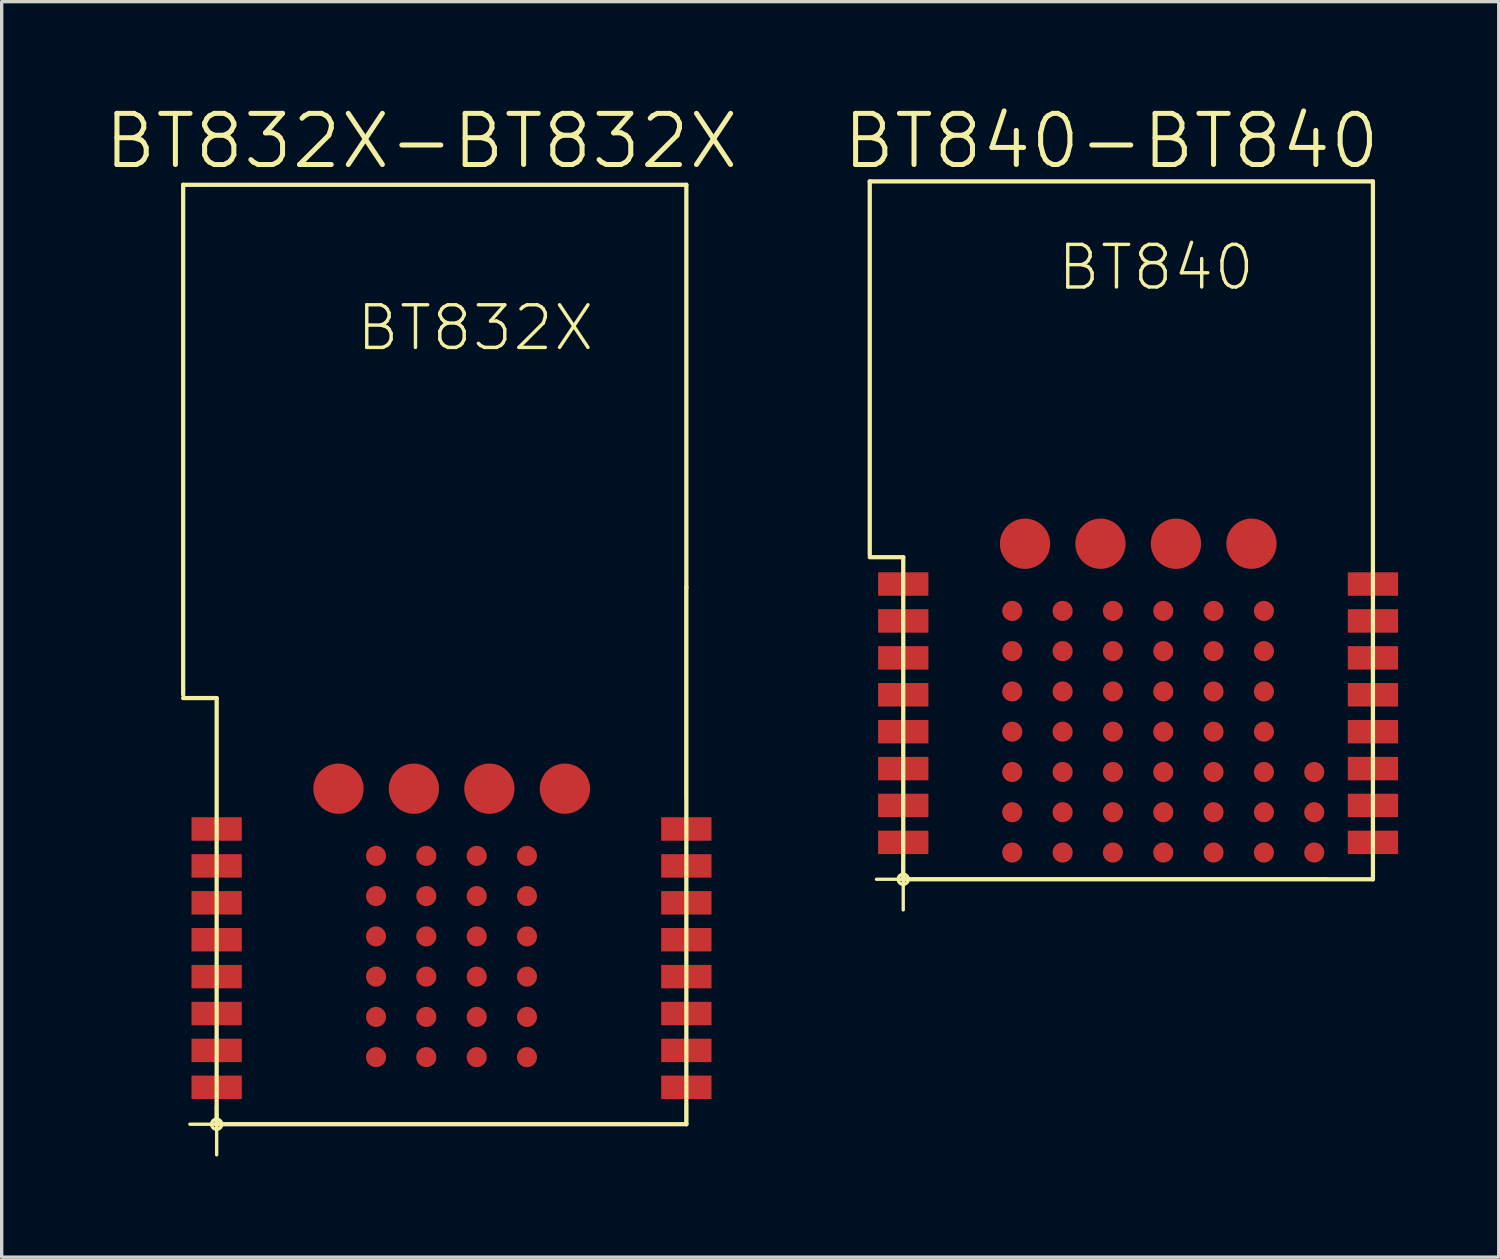
<source format=kicad_pcb>
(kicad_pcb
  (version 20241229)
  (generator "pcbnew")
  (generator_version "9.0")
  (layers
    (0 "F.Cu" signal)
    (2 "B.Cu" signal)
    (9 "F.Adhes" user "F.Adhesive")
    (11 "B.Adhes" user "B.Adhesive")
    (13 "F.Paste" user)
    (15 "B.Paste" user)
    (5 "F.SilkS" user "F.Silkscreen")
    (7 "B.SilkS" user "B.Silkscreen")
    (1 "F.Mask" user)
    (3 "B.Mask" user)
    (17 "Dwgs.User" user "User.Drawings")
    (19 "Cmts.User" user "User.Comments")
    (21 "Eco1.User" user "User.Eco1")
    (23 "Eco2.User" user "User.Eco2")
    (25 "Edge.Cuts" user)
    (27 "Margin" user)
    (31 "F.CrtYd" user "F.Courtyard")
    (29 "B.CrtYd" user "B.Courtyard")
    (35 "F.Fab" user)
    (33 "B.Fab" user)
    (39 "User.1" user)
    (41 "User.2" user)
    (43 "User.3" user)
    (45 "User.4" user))
  (footprint "BT840-BT840"
    (layer "F.Cu")
    (at 23.869 23.155)
    (property "Reference" "BT840-BT840" (at 6.2 -22 0) (layer "F.SilkS") (effects (font (size 1.524 1.524) (thickness 0.15))))
    (attr smd)
    (fp_line (start -0.998 -20.798) (end 13.998 -20.798) (stroke (width 0.127) (type solid)) (layer "F.SilkS"))
    (fp_line (start -0.998 -9.67) (end -0.998 -20.798) (stroke (width 0.127) (type solid)) (layer "F.SilkS"))
    (fp_line (start -0.798 0) (end 0 0) (stroke (width 0.1) (type solid)) (layer "F.SilkS"))
    (fp_line (start -0.005 -0.003) (end -0.005 -0.521) (stroke (width 0.1) (type solid)) (layer "F.SilkS"))
    (fp_line (start 0 -9.599) (end -0.998 -9.599) (stroke (width 0.127) (type solid)) (layer "F.SilkS"))
    (fp_line (start 0 -0.254) (end 0 -0.15) (stroke (width 0.1) (type solid)) (layer "F.SilkS"))
    (fp_line (start 0 -0.15) (end 0 0) (stroke (width 0.1) (type solid)) (layer "F.SilkS"))
    (fp_line (start 0 0) (end 0 -9.599) (stroke (width 0.127) (type solid)) (layer "F.SilkS"))
    (fp_line (start 0 0) (end 0 0) (stroke (width 0.1) (type solid)) (layer "F.SilkS"))
    (fp_line (start 0 0) (end 12.598 0) (stroke (width 0.1) (type solid)) (layer "F.SilkS"))
    (fp_line (start 0 0.15) (end 0 0) (stroke (width 0.1) (type solid)) (layer "F.SilkS"))
    (fp_line (start 0 0.912) (end 0 0.15) (stroke (width 0.1) (type solid)) (layer "F.SilkS"))
    (fp_line (start 12.598 0) (end 0 0) (stroke (width 0.1) (type solid)) (layer "F.SilkS"))
    (fp_line (start 12.598 0) (end 12.598 0) (stroke (width 0.1) (type solid)) (layer "F.SilkS"))
    (fp_line (start 13.995 -15.997) (end 13.995 -9.723) (stroke (width 0.1) (type solid)) (layer "F.SilkS"))
    (fp_line (start 13.998 -20.798) (end 13.998 -15.999) (stroke (width 0.127) (type solid)) (layer "F.SilkS"))
    (fp_line (start 13.998 -15.999) (end 13.998 0) (stroke (width 0.127) (type solid)) (layer "F.SilkS"))
    (fp_line (start 13.998 0) (end 0 0) (stroke (width 0.127) (type solid)) (layer "F.SilkS"))
    (fp_line (start 14 -15.999) (end 13.998 -15.999) (stroke (width 0.1) (type solid)) (layer "F.SilkS"))
    (fp_line (start 14 -0.589) (end 14 -0.008) (stroke (width 0.1) (type solid)) (layer "F.SilkS"))
    (fp_arc (start 0 -0.14986) (mid 0.14986 0) (end 0 0.14986) (stroke (width 0.1) (type solid)) (layer "F.SilkS"))
    (fp_arc (start 0 0.14986) (mid -0.14986 0) (end 0 -0.14986) (stroke (width 0.1) (type solid)) (layer "F.SilkS"))
    (fp_text user "BT840" (at 7.534 -18.235 0) (layer "F.SilkS") (effects (font (size 1.27 1.27) (thickness 0.102))))
    (pad "P$1" smd rect (at 0 -8.799 180) (size 1.499 0.699) (layers "F.Cu" "F.Mask" "F.Paste"))
    (pad "P$2" smd rect (at 0 -7.699) (size 1.499 0.699) (layers "F.Cu" "F.Mask" "F.Paste"))
    (pad "P$3" smd rect (at 0 -6.599) (size 1.499 0.699) (layers "F.Cu" "F.Mask" "F.Paste"))
    (pad "P$4" smd rect (at 0 -5.499) (size 1.499 0.699) (layers "F.Cu" "F.Mask" "F.Paste"))
    (pad "P$5" smd rect (at 0 -4.399) (size 1.499 0.699) (layers "F.Cu" "F.Mask" "F.Paste"))
    (pad "P$6" smd rect (at 0 -3.299) (size 1.499 0.699) (layers "F.Cu" "F.Mask" "F.Paste"))
    (pad "P$7" smd rect (at 0 -2.2) (size 1.499 0.699) (layers "F.Cu" "F.Mask" "F.Paste"))
    (pad "P$8" smd rect (at 0 -1.1) (size 1.499 0.699) (layers "F.Cu" "F.Mask" "F.Paste"))
    (pad "P$9" smd rect (at 13.998 -1.1) (size 1.499 0.699) (layers "F.Cu" "F.Mask" "F.Paste"))
    (pad "P$10" smd rect (at 13.998 -2.2) (size 1.499 0.699) (layers "F.Cu" "F.Mask" "F.Paste"))
    (pad "P$11" smd rect (at 13.998 -3.299) (size 1.499 0.699) (layers "F.Cu" "F.Mask" "F.Paste"))
    (pad "P$12" smd rect (at 13.998 -4.399) (size 1.499 0.699) (layers "F.Cu" "F.Mask" "F.Paste"))
    (pad "P$13" smd rect (at 13.998 -5.499) (size 1.499 0.699) (layers "F.Cu" "F.Mask" "F.Paste"))
    (pad "P$14" smd rect (at 13.998 -6.599) (size 1.499 0.699) (layers "F.Cu" "F.Mask" "F.Paste"))
    (pad "P$15" smd rect (at 13.998 -7.699) (size 1.499 0.699) (layers "F.Cu" "F.Mask" "F.Paste"))
    (pad "P$16" smd rect (at 13.998 -8.799) (size 1.499 0.699) (layers "F.Cu" "F.Mask" "F.Paste"))
    (pad "P$A0" smd circle (at 4.75 -7.998 180) (size 0.599 0.599) (layers "F.Cu" "F.Mask" "F.Paste"))
    (pad "P$A1" smd circle (at 4.75 -6.8 180) (size 0.599 0.599) (layers "F.Cu" "F.Mask" "F.Paste"))
    (pad "P$A2" smd circle (at 4.75 -5.598 180) (size 0.599 0.599) (layers "F.Cu" "F.Mask" "F.Paste"))
    (pad "P$A3" smd circle (at 4.75 -4.399 180) (size 0.599 0.599) (layers "F.Cu" "F.Mask" "F.Paste"))
    (pad "P$A4" smd circle (at 4.75 -3.198 180) (size 0.599 0.599) (layers "F.Cu" "F.Mask" "F.Paste"))
    (pad "P$A5" smd circle (at 4.75 -1.999) (size 0.599 0.599) (layers "F.Cu" "F.Mask" "F.Paste"))
    (pad "P$A6" smd circle (at 4.75 -0.798) (size 0.599 0.599) (layers "F.Cu" "F.Mask" "F.Paste"))
    (pad "P$B0" smd circle (at 6.248 -7.998 180) (size 0.599 0.599) (layers "F.Cu" "F.Mask" "F.Paste"))
    (pad "P$B1" smd circle (at 6.248 -6.8 180) (size 0.599 0.599) (layers "F.Cu" "F.Mask" "F.Paste"))
    (pad "P$B2" smd circle (at 6.248 -5.598 180) (size 0.599 0.599) (layers "F.Cu" "F.Mask" "F.Paste"))
    (pad "P$B3" smd circle (at 6.248 -4.399 180) (size 0.599 0.599) (layers "F.Cu" "F.Mask" "F.Paste"))
    (pad "P$B4" smd circle (at 6.248 -3.198 180) (size 0.599 0.599) (layers "F.Cu" "F.Mask" "F.Paste"))
    (pad "P$B5" smd circle (at 6.248 -1.999 180) (size 0.599 0.599) (layers "F.Cu" "F.Mask" "F.Paste"))
    (pad "P$B6" smd circle (at 6.248 -0.798 180) (size 0.599 0.599) (layers "F.Cu" "F.Mask" "F.Paste"))
    (pad "P$C0" smd circle (at 7.75 -7.998 180) (size 0.599 0.599) (layers "F.Cu" "F.Mask" "F.Paste"))
    (pad "P$C1" smd circle (at 7.75 -6.8 180) (size 0.599 0.599) (layers "F.Cu" "F.Mask" "F.Paste"))
    (pad "P$C2" smd circle (at 7.75 -5.598 180) (size 0.599 0.599) (layers "F.Cu" "F.Mask" "F.Paste"))
    (pad "P$C3" smd circle (at 7.75 -4.399 180) (size 0.599 0.599) (layers "F.Cu" "F.Mask" "F.Paste"))
    (pad "P$C4" smd circle (at 7.75 -3.198 180) (size 0.599 0.599) (layers "F.Cu" "F.Mask" "F.Paste"))
    (pad "P$C5" smd circle (at 7.75 -1.999 180) (size 0.599 0.599) (layers "F.Cu" "F.Mask" "F.Paste"))
    (pad "P$C6" smd circle (at 7.75 -0.798 180) (size 0.599 0.599) (layers "F.Cu" "F.Mask" "F.Paste"))
    (pad "P$D0" smd circle (at 9.248 -7.998 180) (size 0.599 0.599) (layers "F.Cu" "F.Mask" "F.Paste"))
    (pad "P$D1" smd circle (at 9.248 -6.8 180) (size 0.599 0.599) (layers "F.Cu" "F.Mask" "F.Paste"))
    (pad "P$D2" smd circle (at 9.248 -5.598 180) (size 0.599 0.599) (layers "F.Cu" "F.Mask" "F.Paste"))
    (pad "P$D3" smd circle (at 9.248 -4.399 180) (size 0.599 0.599) (layers "F.Cu" "F.Mask" "F.Paste"))
    (pad "P$D4" smd circle (at 9.248 -3.198 180) (size 0.599 0.599) (layers "F.Cu" "F.Mask" "F.Paste"))
    (pad "P$D5" smd circle (at 9.248 -1.999 180) (size 0.599 0.599) (layers "F.Cu" "F.Mask" "F.Paste"))
    (pad "P$D6" smd circle (at 9.248 -0.798 180) (size 0.599 0.599) (layers "F.Cu" "F.Mask" "F.Paste"))
    (pad "P$E0" smd circle (at 10.749 -7.998 180) (size 0.599 0.599) (layers "F.Cu" "F.Mask" "F.Paste"))
    (pad "P$E1" smd circle (at 10.749 -6.8 180) (size 0.599 0.599) (layers "F.Cu" "F.Mask" "F.Paste"))
    (pad "P$E2" smd circle (at 10.749 -5.598 180) (size 0.599 0.599) (layers "F.Cu" "F.Mask" "F.Paste"))
    (pad "P$E3" smd circle (at 10.749 -4.399 180) (size 0.599 0.599) (layers "F.Cu" "F.Mask" "F.Paste"))
    (pad "P$E4" smd circle (at 10.749 -3.198 180) (size 0.599 0.599) (layers "F.Cu" "F.Mask" "F.Paste"))
    (pad "P$E5" smd circle (at 10.749 -1.999) (size 0.599 0.599) (layers "F.Cu" "F.Mask" "F.Paste"))
    (pad "P$E6" smd circle (at 10.749 -0.798) (size 0.599 0.599) (layers "F.Cu" "F.Mask" "F.Paste"))
    (pad "P$F0" smd circle (at 3.63 -10) (size 1.499 1.499) (layers "F.Cu" "F.Mask" "F.Paste"))
    (pad "P$F1" smd circle (at 5.878 -10) (size 1.499 1.499) (layers "F.Cu" "F.Mask" "F.Paste"))
    (pad "P$F2" smd circle (at 8.128 -10) (size 1.499 1.499) (layers "F.Cu" "F.Mask" "F.Paste"))
    (pad "P$F3" smd circle (at 10.378 -10) (size 1.499 1.499) (layers "F.Cu" "F.Mask" "F.Paste"))
    (pad "P$F4" smd circle (at 12.248 -3.198 180) (size 0.599 0.599) (layers "F.Cu" "F.Mask" "F.Paste"))
    (pad "P$F5" smd circle (at 12.248 -1.999) (size 0.599 0.599) (layers "F.Cu" "F.Mask" "F.Paste"))
    (pad "P$F6" smd circle (at 12.248 -0.798) (size 0.599 0.599) (layers "F.Cu" "F.Mask" "F.Paste"))
    (pad "P$Z0" smd circle (at 3.249 -7.998 180) (size 0.599 0.599) (layers "F.Cu" "F.Mask" "F.Paste"))
    (pad "P$Z1" smd circle (at 3.249 -6.8 180) (size 0.599 0.599) (layers "F.Cu" "F.Mask" "F.Paste"))
    (pad "P$Z2" smd circle (at 3.249 -5.598 180) (size 0.599 0.599) (layers "F.Cu" "F.Mask" "F.Paste"))
    (pad "P$Z3" smd circle (at 3.249 -4.399 180) (size 0.599 0.599) (layers "F.Cu" "F.Mask" "F.Paste"))
    (pad "P$Z4" smd circle (at 3.249 -3.198 180) (size 0.599 0.599) (layers "F.Cu" "F.Mask" "F.Paste"))
    (pad "P$Z5" smd circle (at 3.249 -1.999) (size 0.599 0.599) (layers "F.Cu" "F.Mask" "F.Paste"))
    (pad "P$Z6" smd circle (at 3.249 -0.798) (size 0.599 0.599) (layers "F.Cu" "F.Mask" "F.Paste")))
  (footprint "BT832X-BT832X"
    (layer "F.Cu")
    (at 3.407 30.455)
    (property "Reference" "BT832X-BT832X" (at 6.1 -29.3 0) (layer "F.SilkS") (effects (font (size 1.524 1.524) (thickness 0.15))))
    (attr smd)
    (fp_line (start -0.998 -27.998) (end 13.998 -27.998) (stroke (width 0.127) (type solid)) (layer "F.SilkS"))
    (fp_line (start -0.998 -12.799) (end -0.998 -27.998) (stroke (width 0.127) (type solid)) (layer "F.SilkS"))
    (fp_line (start -0.798 0) (end 0 0) (stroke (width 0.1) (type solid)) (layer "F.SilkS"))
    (fp_line (start -0.005 -0.003) (end -0.005 -0.521) (stroke (width 0.1) (type solid)) (layer "F.SilkS"))
    (fp_line (start 0 -12.7) (end -0.998 -12.7) (stroke (width 0.127) (type solid)) (layer "F.SilkS"))
    (fp_line (start 0 -0.254) (end 0 -0.15) (stroke (width 0.1) (type solid)) (layer "F.SilkS"))
    (fp_line (start 0 -0.15) (end 0 0) (stroke (width 0.1) (type solid)) (layer "F.SilkS"))
    (fp_line (start 0 0) (end 0 -12.7) (stroke (width 0.127) (type solid)) (layer "F.SilkS"))
    (fp_line (start 0 0) (end 0 0) (stroke (width 0.1) (type solid)) (layer "F.SilkS"))
    (fp_line (start 0 0) (end 12.598 0) (stroke (width 0.1) (type solid)) (layer "F.SilkS"))
    (fp_line (start 0 0.15) (end 0 0) (stroke (width 0.1) (type solid)) (layer "F.SilkS"))
    (fp_line (start 0 0.912) (end 0 0.15) (stroke (width 0.1) (type solid)) (layer "F.SilkS"))
    (fp_line (start 12.598 0) (end 0 0) (stroke (width 0.1) (type solid)) (layer "F.SilkS"))
    (fp_line (start 12.598 0) (end 12.598 0) (stroke (width 0.1) (type solid)) (layer "F.SilkS"))
    (fp_line (start 13.995 -15.997) (end 13.995 -9.723) (stroke (width 0.1) (type solid)) (layer "F.SilkS"))
    (fp_line (start 13.998 -27.998) (end 13.998 -15.999) (stroke (width 0.127) (type solid)) (layer "F.SilkS"))
    (fp_line (start 13.998 -15.999) (end 13.998 0) (stroke (width 0.127) (type solid)) (layer "F.SilkS"))
    (fp_line (start 13.998 0) (end 0 0) (stroke (width 0.127) (type solid)) (layer "F.SilkS"))
    (fp_line (start 14 -15.999) (end 13.998 -15.999) (stroke (width 0.1) (type solid)) (layer "F.SilkS"))
    (fp_line (start 14 -0.589) (end 14 -0.008) (stroke (width 0.1) (type solid)) (layer "F.SilkS"))
    (fp_arc (start 0 -0.14986) (mid 0.14986 0) (end 0 0.14986) (stroke (width 0.1) (type solid)) (layer "F.SilkS"))
    (fp_arc (start 0 0.14986) (mid -0.14986 0) (end 0 -0.14986) (stroke (width 0.1) (type solid)) (layer "F.SilkS"))
    (fp_text user "BT832X" (at 7.709 -23.734 0) (layer "F.SilkS") (effects (font (size 1.27 1.27) (thickness 0.102))))
    (pad "P$1" smd rect (at 0 -8.799 180) (size 1.499 0.699) (layers "F.Cu" "F.Mask" "F.Paste"))
    (pad "P$2" smd rect (at 0 -7.699) (size 1.499 0.699) (layers "F.Cu" "F.Mask" "F.Paste"))
    (pad "P$3" smd rect (at 0 -6.599) (size 1.499 0.699) (layers "F.Cu" "F.Mask" "F.Paste"))
    (pad "P$4" smd rect (at 0 -5.499) (size 1.499 0.699) (layers "F.Cu" "F.Mask" "F.Paste"))
    (pad "P$5" smd rect (at 0 -4.399) (size 1.499 0.699) (layers "F.Cu" "F.Mask" "F.Paste"))
    (pad "P$6" smd rect (at 0 -3.299) (size 1.499 0.699) (layers "F.Cu" "F.Mask" "F.Paste"))
    (pad "P$7" smd rect (at 0 -2.2) (size 1.499 0.699) (layers "F.Cu" "F.Mask" "F.Paste"))
    (pad "P$8" smd rect (at 0 -1.1) (size 1.499 0.699) (layers "F.Cu" "F.Mask" "F.Paste"))
    (pad "P$9" smd rect (at 13.998 -1.1) (size 1.499 0.699) (layers "F.Cu" "F.Mask" "F.Paste"))
    (pad "P$10" smd rect (at 13.998 -2.2) (size 1.499 0.699) (layers "F.Cu" "F.Mask" "F.Paste"))
    (pad "P$11" smd rect (at 13.998 -3.299) (size 1.499 0.699) (layers "F.Cu" "F.Mask" "F.Paste"))
    (pad "P$12" smd rect (at 13.998 -4.399) (size 1.499 0.699) (layers "F.Cu" "F.Mask" "F.Paste"))
    (pad "P$13" smd rect (at 13.998 -5.499) (size 1.499 0.699) (layers "F.Cu" "F.Mask" "F.Paste"))
    (pad "P$14" smd rect (at 13.998 -6.599) (size 1.499 0.699) (layers "F.Cu" "F.Mask" "F.Paste"))
    (pad "P$15" smd rect (at 13.998 -7.699) (size 1.499 0.699) (layers "F.Cu" "F.Mask" "F.Paste"))
    (pad "P$16" smd rect (at 13.998 -8.799) (size 1.499 0.699) (layers "F.Cu" "F.Mask" "F.Paste"))
    (pad "P$A0" smd circle (at 4.75 -7.998 180) (size 0.599 0.599) (layers "F.Cu" "F.Mask" "F.Paste"))
    (pad "P$A1" smd circle (at 4.75 -6.8 180) (size 0.599 0.599) (layers "F.Cu" "F.Mask" "F.Paste"))
    (pad "P$A2" smd circle (at 4.75 -5.598 180) (size 0.599 0.599) (layers "F.Cu" "F.Mask" "F.Paste"))
    (pad "P$A3" smd circle (at 4.75 -4.399 180) (size 0.599 0.599) (layers "F.Cu" "F.Mask" "F.Paste"))
    (pad "P$A4" smd circle (at 4.75 -3.198 180) (size 0.599 0.599) (layers "F.Cu" "F.Mask" "F.Paste"))
    (pad "P$A5" smd circle (at 4.75 -1.999) (size 0.599 0.599) (layers "F.Cu" "F.Mask" "F.Paste"))
    (pad "P$B0" smd circle (at 6.248 -7.998 180) (size 0.599 0.599) (layers "F.Cu" "F.Mask" "F.Paste"))
    (pad "P$B1" smd circle (at 6.248 -6.8 180) (size 0.599 0.599) (layers "F.Cu" "F.Mask" "F.Paste"))
    (pad "P$B2" smd circle (at 6.248 -5.598 180) (size 0.599 0.599) (layers "F.Cu" "F.Mask" "F.Paste"))
    (pad "P$B3" smd circle (at 6.248 -4.399 180) (size 0.599 0.599) (layers "F.Cu" "F.Mask" "F.Paste"))
    (pad "P$B4" smd circle (at 6.248 -3.198 180) (size 0.599 0.599) (layers "F.Cu" "F.Mask" "F.Paste"))
    (pad "P$B5" smd circle (at 6.248 -1.999 180) (size 0.599 0.599) (layers "F.Cu" "F.Mask" "F.Paste"))
    (pad "P$C0" smd circle (at 7.75 -7.998 180) (size 0.599 0.599) (layers "F.Cu" "F.Mask" "F.Paste"))
    (pad "P$C1" smd circle (at 7.75 -6.8 180) (size 0.599 0.599) (layers "F.Cu" "F.Mask" "F.Paste"))
    (pad "P$C2" smd circle (at 7.75 -5.598 180) (size 0.599 0.599) (layers "F.Cu" "F.Mask" "F.Paste"))
    (pad "P$C3" smd circle (at 7.75 -4.399 180) (size 0.599 0.599) (layers "F.Cu" "F.Mask" "F.Paste"))
    (pad "P$C4" smd circle (at 7.75 -3.198 180) (size 0.599 0.599) (layers "F.Cu" "F.Mask" "F.Paste"))
    (pad "P$C5" smd circle (at 7.75 -1.999 180) (size 0.599 0.599) (layers "F.Cu" "F.Mask" "F.Paste"))
    (pad "P$D0" smd circle (at 9.248 -7.998 180) (size 0.599 0.599) (layers "F.Cu" "F.Mask" "F.Paste"))
    (pad "P$D1" smd circle (at 9.248 -6.8 180) (size 0.599 0.599) (layers "F.Cu" "F.Mask" "F.Paste"))
    (pad "P$D2" smd circle (at 9.248 -5.598 180) (size 0.599 0.599) (layers "F.Cu" "F.Mask" "F.Paste"))
    (pad "P$D3" smd circle (at 9.248 -4.399 180) (size 0.599 0.599) (layers "F.Cu" "F.Mask" "F.Paste"))
    (pad "P$D4" smd circle (at 9.248 -3.198 180) (size 0.599 0.599) (layers "F.Cu" "F.Mask" "F.Paste"))
    (pad "P$D5" smd circle (at 9.248 -1.999 180) (size 0.599 0.599) (layers "F.Cu" "F.Mask" "F.Paste"))
    (pad "P$F0" smd circle (at 3.63 -10) (size 1.499 1.499) (layers "F.Cu" "F.Mask" "F.Paste"))
    (pad "P$F1" smd circle (at 5.878 -10) (size 1.499 1.499) (layers "F.Cu" "F.Mask" "F.Paste"))
    (pad "P$F2" smd circle (at 8.128 -10) (size 1.499 1.499) (layers "F.Cu" "F.Mask" "F.Paste"))
    (pad "P$F3" smd circle (at 10.378 -10) (size 1.499 1.499) (layers "F.Cu" "F.Mask" "F.Paste")))
  (gr_rect
    (start -3 -3)
    (end 41.616 34.417)
    (stroke (width 0.1) (type default))
    (fill no)
    (layer "Edge.Cuts")))
</source>
